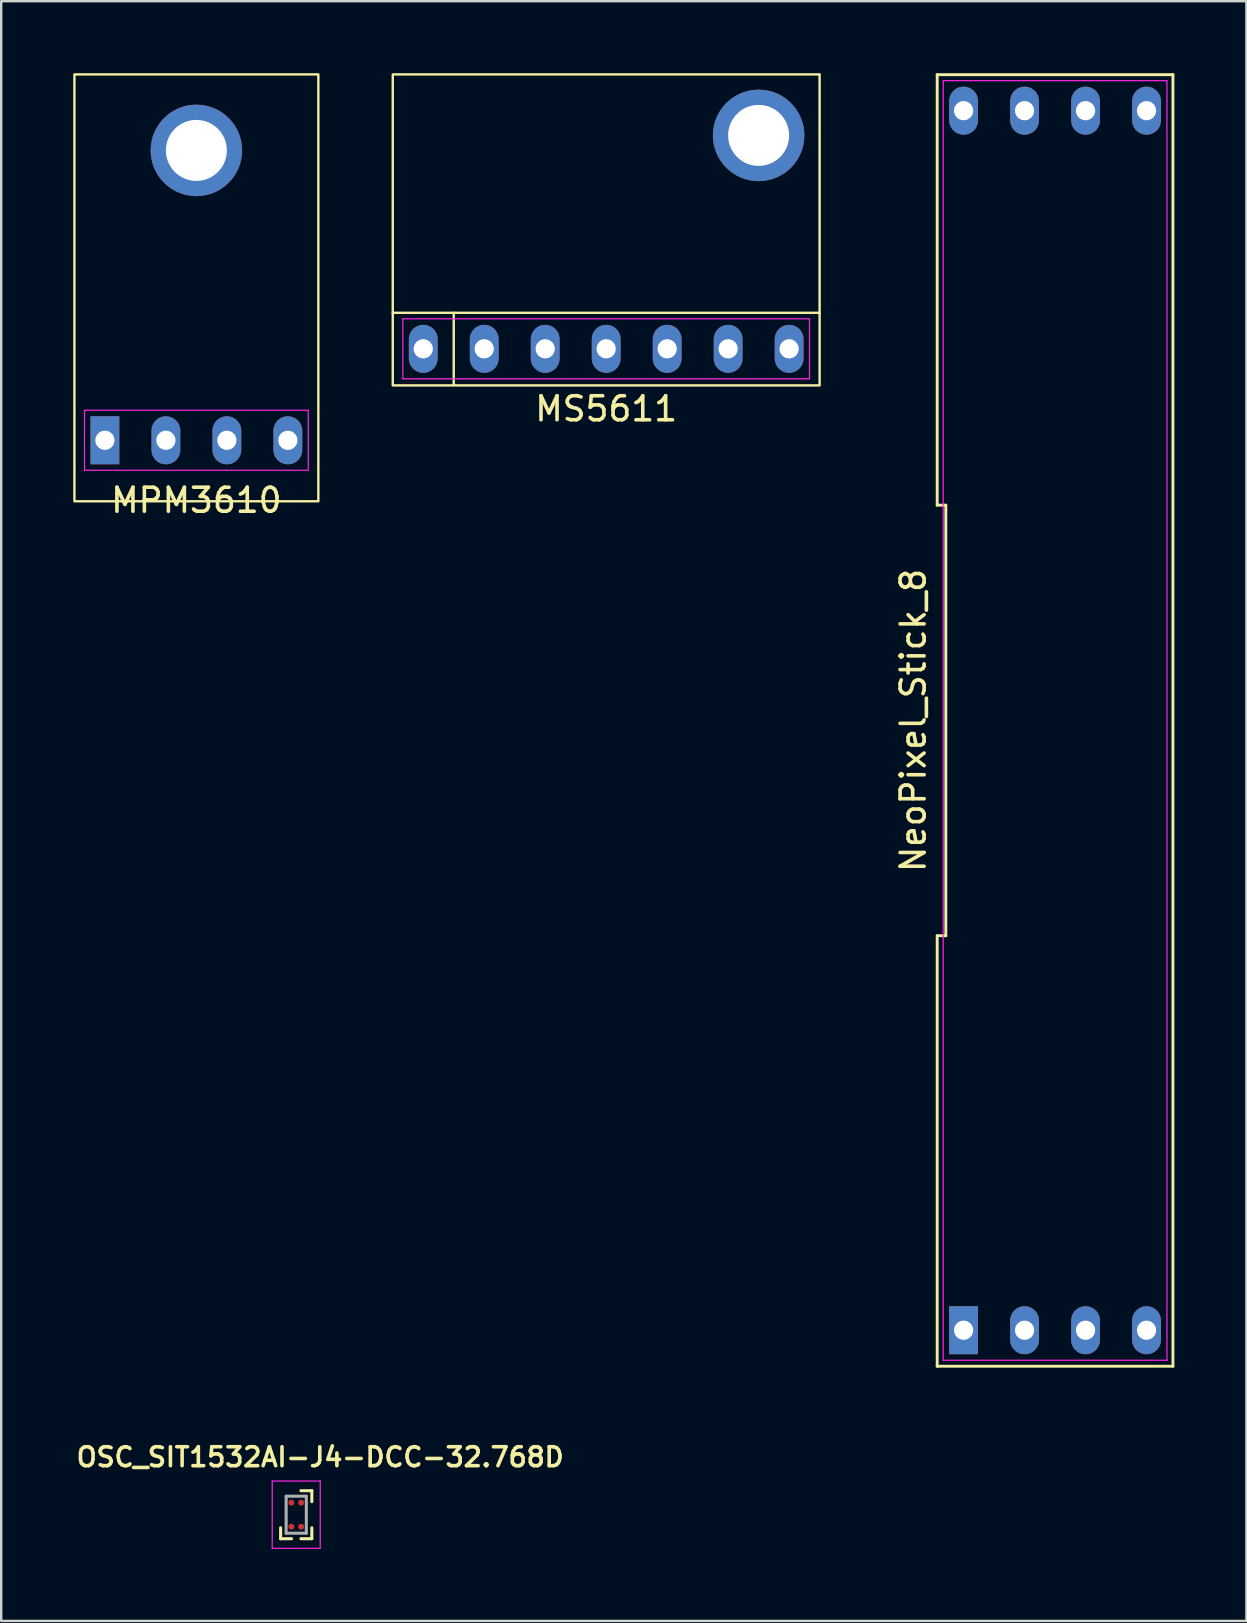
<source format=kicad_pcb>
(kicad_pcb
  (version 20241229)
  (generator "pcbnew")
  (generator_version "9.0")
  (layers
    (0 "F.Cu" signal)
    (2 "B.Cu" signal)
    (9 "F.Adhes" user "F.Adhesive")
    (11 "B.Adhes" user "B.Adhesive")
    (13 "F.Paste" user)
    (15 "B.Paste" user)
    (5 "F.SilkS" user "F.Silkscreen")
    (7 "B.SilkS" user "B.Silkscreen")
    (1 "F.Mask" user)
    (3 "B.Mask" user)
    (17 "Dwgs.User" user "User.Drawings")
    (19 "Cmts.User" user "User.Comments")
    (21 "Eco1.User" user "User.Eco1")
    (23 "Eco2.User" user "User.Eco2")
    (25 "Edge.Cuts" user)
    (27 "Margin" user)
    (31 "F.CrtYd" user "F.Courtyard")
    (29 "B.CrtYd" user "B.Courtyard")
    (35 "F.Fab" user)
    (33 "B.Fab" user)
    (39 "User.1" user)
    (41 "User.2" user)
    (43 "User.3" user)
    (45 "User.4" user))
  (footprint "OSC_SIT1532AI-J4-DCC-32.768D"
    (layer "F.Cu")
    (at 9.289 60.044)
    (property "Reference" "OSC_SIT1532AI-J4-DCC-32.768D" (at 1 -2.4 0) (layer "F.SilkS") (effects (font (size 0.787 0.787) (thickness 0.15))))
    (attr smd)
    (fp_circle (center -0.205 -0.5) (end -0.117 -0.5) (stroke (width 0.175) (type solid)) (fill no) (layer "F.Mask"))
    (fp_circle (center -0.205 0.5) (end -0.117 0.5) (stroke (width 0.175) (type solid)) (fill no) (layer "F.Mask"))
    (fp_circle (center 0.205 -0.5) (end 0.292 -0.5) (stroke (width 0.175) (type solid)) (fill no) (layer "F.Mask"))
    (fp_circle (center 0.205 0.5) (end 0.292 0.5) (stroke (width 0.175) (type solid)) (fill no) (layer "F.Mask"))
    (fp_line (start -0.65 0.545) (end -0.65 1) (stroke (width 0.127) (type solid)) (layer "F.SilkS"))
    (fp_line (start -0.65 1) (end -0.195 1) (stroke (width 0.127) (type solid)) (layer "F.SilkS"))
    (fp_line (start 0.65 -1) (end 0.195 -1) (stroke (width 0.127) (type solid)) (layer "F.SilkS"))
    (fp_line (start 0.65 -0.545) (end 0.65 -1) (stroke (width 0.127) (type solid)) (layer "F.SilkS"))
    (fp_line (start 0.65 0.545) (end 0.65 1) (stroke (width 0.127) (type solid)) (layer "F.SilkS"))
    (fp_line (start 0.65 1) (end 0.195 1) (stroke (width 0.127) (type solid)) (layer "F.SilkS"))
    (fp_line (start -1 -1.4) (end -1 1.4) (stroke (width 0.05) (type solid)) (layer "F.CrtYd"))
    (fp_line (start -1 1.4) (end 1 1.4) (stroke (width 0.05) (type solid)) (layer "F.CrtYd"))
    (fp_line (start 1 -1.4) (end -1 -1.4) (stroke (width 0.05) (type solid)) (layer "F.CrtYd"))
    (fp_line (start 1 1.4) (end 1 -1.4) (stroke (width 0.05) (type solid)) (layer "F.CrtYd"))
    (fp_line (start -0.42 -0.77) (end 0.42 -0.77) (stroke (width 0.127) (type solid)) (layer "F.Fab"))
    (fp_line (start -0.42 0.77) (end -0.42 -0.77) (stroke (width 0.127) (type solid)) (layer "F.Fab"))
    (fp_line (start 0.42 -0.77) (end 0.42 0.77) (stroke (width 0.127) (type solid)) (layer "F.Fab"))
    (fp_line (start 0.42 0.77) (end -0.42 0.77) (stroke (width 0.127) (type solid)) (layer "F.Fab"))
    (pad "1" smd circle (at -0.205 -0.5) (size 0.25 0.25) (layers "F.Cu" "F.Paste"))
    (pad "2" smd circle (at -0.205 0.5) (size 0.25 0.25) (layers "F.Cu" "F.Paste"))
    (pad "3" smd circle (at 0.205 0.5) (size 0.25 0.25) (layers "F.Cu" "F.Paste"))
    (pad "4" smd circle (at 0.205 -0.5) (size 0.25 0.25) (layers "F.Cu" "F.Paste")))
  (footprint "MPM3610"
    (layer "F.Cu")
    (at 5.13 15.29)
    (property "Reference" "MPM3610" (at 0 2.5 0) (layer "F.SilkS") (effects (font (size 1 1) (thickness 0.15))))
    (attr through_hole)
    (fp_rect (start -5.08 -15.24) (end 5.08 2.54) (stroke (width 0.1) (type default)) (fill no) (layer "F.SilkS"))
    (fp_rect (start -2.54 -14.732) (end 2.54 -9.652) (stroke (width 0.1) (type default)) (fill no) (layer "Margin"))
    (fp_line (start -4.66 -1.25) (end 4.66 -1.25) (stroke (width 0.05) (type default)) (layer "F.CrtYd"))
    (fp_line (start -4.66 1.25) (end -4.66 -1.25) (stroke (width 0.05) (type default)) (layer "F.CrtYd"))
    (fp_line (start 4.66 -1.25) (end 4.66 1.25) (stroke (width 0.05) (type default)) (layer "F.CrtYd"))
    (fp_line (start 4.66 1.25) (end -4.66 1.25) (stroke (width 0.05) (type default)) (layer "F.CrtYd"))
    (pad "1" thru_hole rect (at -3.81 0) (size 1.2 2) (drill 0.8) (layers "*.Cu" "*.Mask"))
    (pad "1" thru_hole circle (at 0 -12.075) (size 3.81 3.81) (drill 2.54) (layers "*.Cu" "*.Mask"))
    (pad "2" thru_hole oval (at -1.27 0) (size 1.2 2) (drill 0.8) (layers "*.Cu" "*.Mask"))
    (pad "3" thru_hole oval (at 1.27 0) (size 1.2 2) (drill 0.8) (layers "*.Cu" "*.Mask"))
    (pad "4" thru_hole oval (at 3.81 0) (size 1.2 2) (drill 0.8) (layers "*.Cu" "*.Mask")))
  (footprint "NeoPixel_Stick_8"
    (layer "F.Cu")
    (at 40.898 26.96)
    (property "Reference" "NeoPixel_Stick_8" (at -5.91 0 90) (layer "F.SilkS") (effects (font (size 1 1) (thickness 0.15))))
    (attr through_hole)
    (fp_line (start -4.91 8.967) (end -4.91 26.9) (stroke (width 0.12) (type default)) (layer "F.SilkS"))
    (fp_line (start -4.91 26.9) (end 4.91 26.9) (stroke (width 0.12) (type default)) (layer "F.SilkS"))
    (fp_line (start -4.91 -26.9) (end -4.91 -8.967) (stroke (width 0.12) (type default)) (layer "F.SilkS"))
    (fp_line (start -4.91 -8.967) (end -4.55 -8.967) (stroke (width 0.12) (type default)) (layer "F.SilkS"))
    (fp_line (start -4.55 8.967) (end -4.91 8.967) (stroke (width 0.12) (type default)) (layer "F.SilkS"))
    (fp_line (start -4.55 -8.967) (end -4.55 8.967) (stroke (width 0.12) (type default)) (layer "F.SilkS"))
    (fp_line (start 4.91 26.9) (end 4.91 -26.9) (stroke (width 0.12) (type default)) (layer "F.SilkS"))
    (fp_line (start 4.91 -26.9) (end -4.91 -26.9) (stroke (width 0.12) (type default)) (layer "F.SilkS"))
    (fp_line (start -4.66 -26.65) (end 4.66 -26.65) (stroke (width 0.05) (type default)) (layer "F.CrtYd"))
    (fp_line (start -4.66 26.65) (end -4.66 -26.65) (stroke (width 0.05) (type default)) (layer "F.CrtYd"))
    (fp_line (start 4.66 -26.65) (end 4.66 26.65) (stroke (width 0.05) (type default)) (layer "F.CrtYd"))
    (fp_line (start 4.66 26.65) (end -4.66 26.65) (stroke (width 0.05) (type default)) (layer "F.CrtYd"))
    (pad "1" thru_hole rect (at -3.81 25.4) (size 1.2 2) (drill 0.8) (layers "*.Cu" "*.Mask"))
    (pad "2" thru_hole oval (at -1.27 25.4) (size 1.2 2) (drill 0.8) (layers "*.Cu" "*.Mask"))
    (pad "3" thru_hole oval (at 1.27 25.4) (size 1.2 2) (drill 0.8) (layers "*.Cu" "*.Mask"))
    (pad "4" thru_hole oval (at 3.81 25.4) (size 1.2 2) (drill 0.8) (layers "*.Cu" "*.Mask"))
    (pad "5" thru_hole oval (at 3.81 -25.4) (size 1.2 2) (drill 0.8) (layers "*.Cu" "*.Mask"))
    (pad "6" thru_hole oval (at 1.27 -25.4) (size 1.2 2) (drill 0.8) (layers "*.Cu" "*.Mask"))
    (pad "7" thru_hole oval (at -1.27 -25.4) (size 1.2 2) (drill 0.8) (layers "*.Cu" "*.Mask"))
    (pad "8" thru_hole oval (at -3.81 -25.4) (size 1.2 2) (drill 0.8) (layers "*.Cu" "*.Mask")))
  (footprint "MS5611"
    (layer "F.Cu")
    (at 22.2 11.48)
    (property "Reference" "MS5611" (at 0 2.5 0) (layer "F.SilkS") (effects (font (size 1 1) (thickness 0.15))))
    (attr through_hole)
    (fp_line (start -8.89 -1.5) (end 8.89 -1.5) (stroke (width 0.1) (type solid)) (layer "F.SilkS"))
    (fp_line (start -6.35 -1.5) (end -6.35 1.5) (stroke (width 0.1) (type solid)) (layer "F.SilkS"))
    (fp_rect (start -8.89 -11.43) (end 8.89 1.524) (stroke (width 0.1) (type solid)) (fill no) (layer "F.SilkS"))
    (fp_line (start -8.47 -1.25) (end 8.47 -1.25) (stroke (width 0.05) (type default)) (layer "F.CrtYd"))
    (fp_line (start -8.47 1.25) (end -8.47 -1.25) (stroke (width 0.05) (type default)) (layer "F.CrtYd"))
    (fp_line (start 8.47 -1.25) (end 8.47 1.25) (stroke (width 0.05) (type default)) (layer "F.CrtYd"))
    (fp_line (start 8.47 1.25) (end -8.47 1.25) (stroke (width 0.05) (type default)) (layer "F.CrtYd"))
    (pad "1" thru_hole oval (at -7.62 0) (size 1.2 2) (drill 0.8) (layers "*.Cu" "*.Mask"))
    (pad "2" thru_hole oval (at -5.08 0) (size 1.2 2) (drill 0.8) (layers "*.Cu" "*.Mask"))
    (pad "2" thru_hole circle (at 6.35 -8.89) (size 3.81 3.81) (drill 2.54) (layers "*.Cu" "*.Mask"))
    (pad "3" thru_hole oval (at -2.54 0) (size 1.2 2) (drill 0.8) (layers "*.Cu" "*.Mask"))
    (pad "4" thru_hole oval (at 0 0) (size 1.2 2) (drill 0.8) (layers "*.Cu" "*.Mask"))
    (pad "5" thru_hole oval (at 2.54 0) (size 1.2 2) (drill 0.8) (layers "*.Cu" "*.Mask"))
    (pad "6" thru_hole oval (at 5.08 0) (size 1.2 2) (drill 0.8) (layers "*.Cu" "*.Mask"))
    (pad "7" thru_hole oval (at 7.62 0) (size 1.2 2) (drill 0.8) (layers "*.Cu" "*.Mask")))
  (gr_rect
    (start -3 -3)
    (end 48.868 64.469)
    (stroke (width 0.1) (type default))
    (fill no)
    (layer "Edge.Cuts")))
</source>
